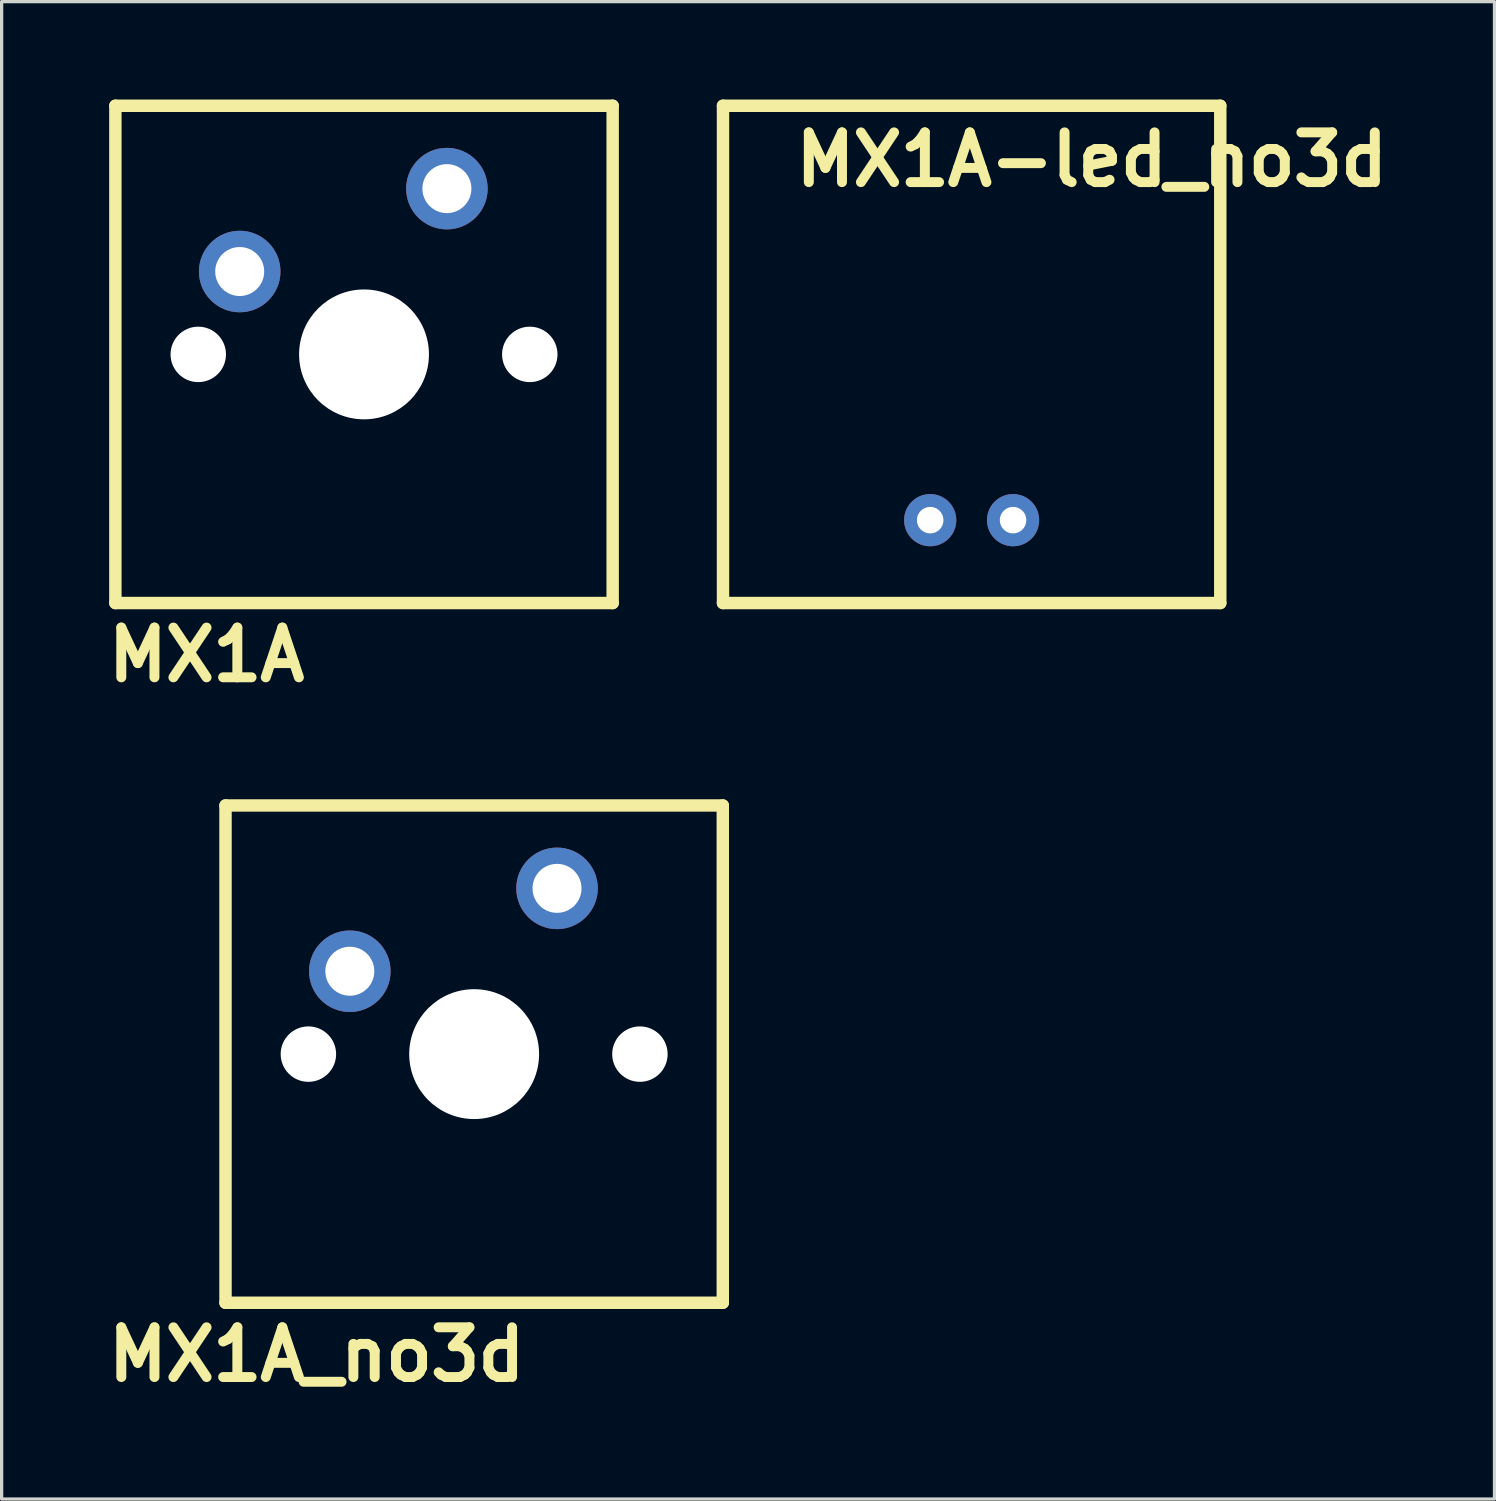
<source format=kicad_pcb>
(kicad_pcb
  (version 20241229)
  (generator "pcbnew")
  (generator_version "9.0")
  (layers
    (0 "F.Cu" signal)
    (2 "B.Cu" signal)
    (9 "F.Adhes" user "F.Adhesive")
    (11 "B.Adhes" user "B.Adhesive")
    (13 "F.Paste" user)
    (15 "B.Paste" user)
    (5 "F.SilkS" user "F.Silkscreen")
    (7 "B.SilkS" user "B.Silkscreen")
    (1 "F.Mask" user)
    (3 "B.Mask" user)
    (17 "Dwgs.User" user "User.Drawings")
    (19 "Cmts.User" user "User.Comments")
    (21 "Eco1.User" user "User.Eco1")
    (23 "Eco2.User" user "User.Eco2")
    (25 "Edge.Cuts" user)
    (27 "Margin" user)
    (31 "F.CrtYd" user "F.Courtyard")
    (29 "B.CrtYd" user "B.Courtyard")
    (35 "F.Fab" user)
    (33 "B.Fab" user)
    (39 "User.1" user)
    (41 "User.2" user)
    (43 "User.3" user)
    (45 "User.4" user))
  (footprint "MX1A-led_no3d"
    (layer "F.Cu")
    (at 26.727 7.811)
    (property "Reference" "MX1A-led_no3d" (at 3.683 -5.969 0) (layer "F.SilkS") (effects (font (size 1.524 1.524) (thickness 0.305))))
    (attr through_hole)
    (fp_line (start -7.62 -7.62) (end 7.62 -7.62) (stroke (width 0.381) (type solid)) (layer "F.SilkS"))
    (fp_line (start -7.62 7.62) (end -7.62 -7.62) (stroke (width 0.381) (type solid)) (layer "F.SilkS"))
    (fp_line (start 7.62 -7.62) (end 7.62 7.62) (stroke (width 0.381) (type solid)) (layer "F.SilkS"))
    (fp_line (start 7.62 7.62) (end -7.62 7.62) (stroke (width 0.381) (type solid)) (layer "F.SilkS"))
    (pad "1" thru_hole circle (at -1.27 5.08) (size 1.6 1.6) (drill 0.813) (layers "*.Cu" "*.Mask"))
    (pad "2" thru_hole circle (at 1.27 5.08) (size 1.6 1.6) (drill 0.813) (layers "*.Cu" "*.Mask")))
  (footprint "MX1A_no3d"
    (layer "F.Cu")
    (at 11.481 29.255)
    (property "Reference" "MX1A_no3d" (at -4.826 9.207 0) (layer "F.SilkS") (effects (font (size 1.524 1.524) (thickness 0.305))))
    (attr through_hole)
    (fp_line (start -7.62 -7.62) (end 7.62 -7.62) (stroke (width 0.381) (type solid)) (layer "F.SilkS"))
    (fp_line (start -7.62 7.62) (end -7.62 -7.62) (stroke (width 0.381) (type solid)) (layer "F.SilkS"))
    (fp_line (start 7.62 -7.62) (end 7.62 7.62) (stroke (width 0.381) (type solid)) (layer "F.SilkS"))
    (fp_line (start 7.62 7.62) (end -7.62 7.62) (stroke (width 0.381) (type solid)) (layer "F.SilkS"))
    (pad "" np_thru_hole circle (at -5.08 0) (size 1.699 1.699) (drill 1.699) (layers "*.Cu" "*.Mask"))
    (pad "" np_thru_hole circle (at 0 0) (size 3.98 3.98) (drill 3.98) (layers "*.Cu" "*.Mask"))
    (pad "" np_thru_hole circle (at 5.08 0) (size 1.699 1.699) (drill 1.699) (layers "*.Cu" "*.Mask"))
    (pad "1" thru_hole circle (at -3.81 -2.54) (size 2.499 2.499) (drill 1.501) (layers "*.Cu" "*.Mask"))
    (pad "2" thru_hole circle (at 2.54 -5.08) (size 2.499 2.499) (drill 1.501) (layers "*.Cu" "*.Mask")))
  (footprint "MX1A"
    (layer "F.Cu")
    (at 8.106 7.811)
    (property "Reference" "MX1A" (at -4.826 9.207 0) (layer "F.SilkS") (effects (font (size 1.524 1.524) (thickness 0.305))))
    (attr through_hole)
    (fp_line (start -7.62 -7.62) (end 7.62 -7.62) (stroke (width 0.381) (type solid)) (layer "F.SilkS"))
    (fp_line (start -7.62 7.62) (end -7.62 -7.62) (stroke (width 0.381) (type solid)) (layer "F.SilkS"))
    (fp_line (start 7.62 -7.62) (end 7.62 7.62) (stroke (width 0.381) (type solid)) (layer "F.SilkS"))
    (fp_line (start 7.62 7.62) (end -7.62 7.62) (stroke (width 0.381) (type solid)) (layer "F.SilkS"))
    (pad "" np_thru_hole circle (at -5.08 0) (size 1.699 1.699) (drill 1.699) (layers "*.Cu" "*.Mask"))
    (pad "" np_thru_hole circle (at 0 0) (size 3.98 3.98) (drill 3.98) (layers "*.Cu" "*.Mask"))
    (pad "" np_thru_hole circle (at 5.08 0) (size 1.699 1.699) (drill 1.699) (layers "*.Cu" "*.Mask"))
    (pad "1" thru_hole circle (at -3.81 -2.54) (size 2.499 2.499) (drill 1.501) (layers "*.Cu" "*.Mask"))
    (pad "2" thru_hole circle (at 2.54 -5.08) (size 2.499 2.499) (drill 1.501) (layers "*.Cu" "*.Mask")))
  (gr_rect
    (start -3 -3)
    (end 42.75 42.889)
    (stroke (width 0.1) (type default))
    (fill no)
    (layer "Edge.Cuts")))
</source>
